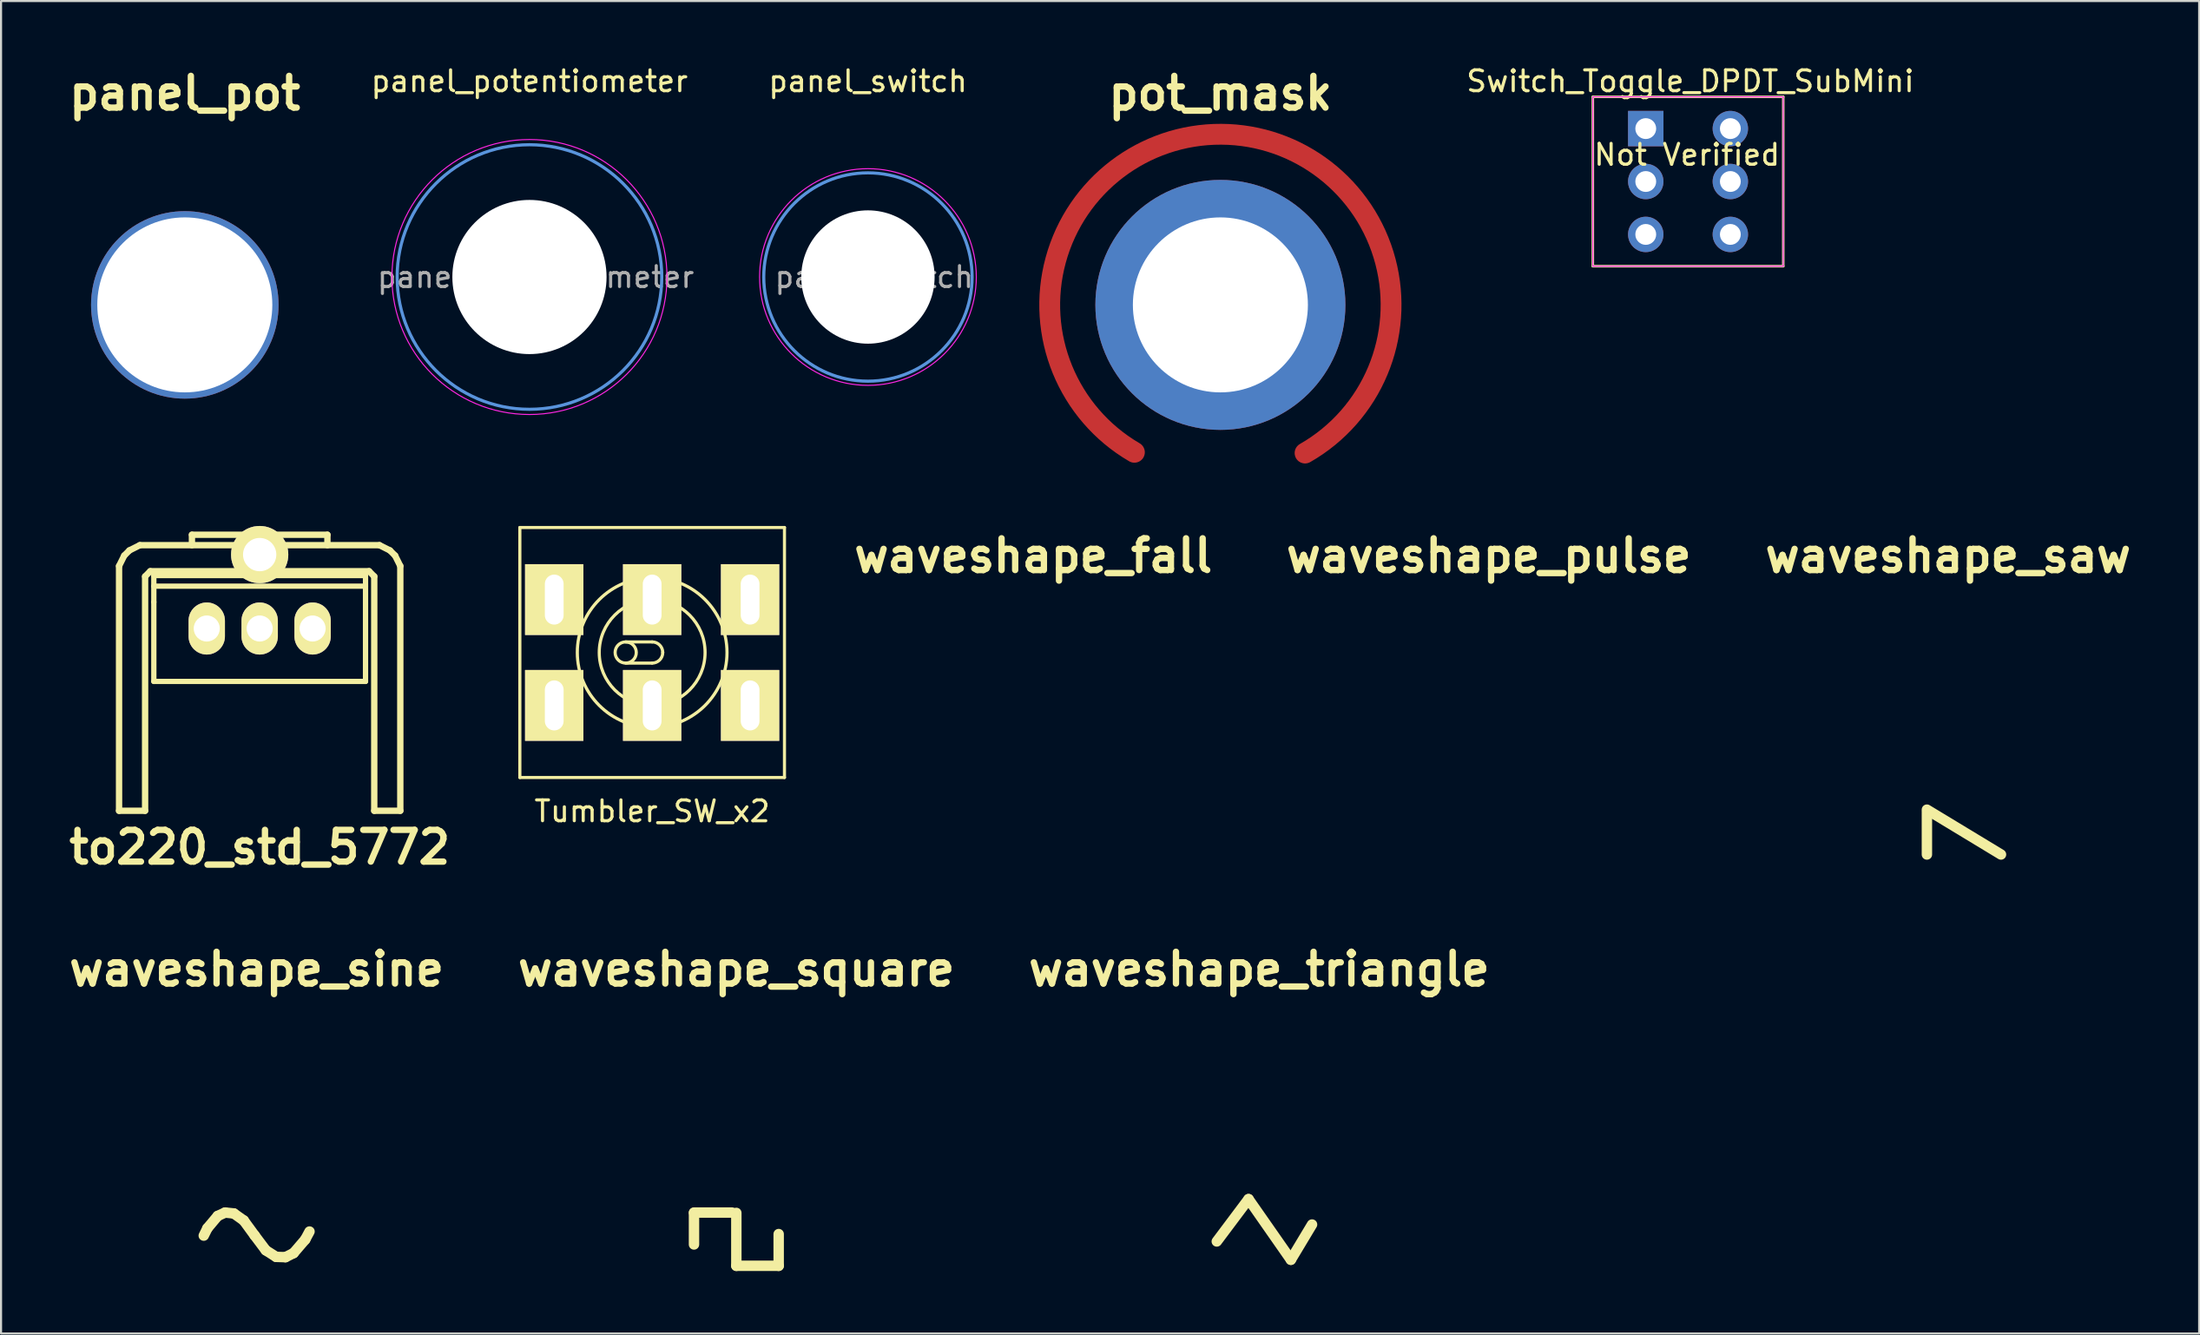
<source format=kicad_pcb>
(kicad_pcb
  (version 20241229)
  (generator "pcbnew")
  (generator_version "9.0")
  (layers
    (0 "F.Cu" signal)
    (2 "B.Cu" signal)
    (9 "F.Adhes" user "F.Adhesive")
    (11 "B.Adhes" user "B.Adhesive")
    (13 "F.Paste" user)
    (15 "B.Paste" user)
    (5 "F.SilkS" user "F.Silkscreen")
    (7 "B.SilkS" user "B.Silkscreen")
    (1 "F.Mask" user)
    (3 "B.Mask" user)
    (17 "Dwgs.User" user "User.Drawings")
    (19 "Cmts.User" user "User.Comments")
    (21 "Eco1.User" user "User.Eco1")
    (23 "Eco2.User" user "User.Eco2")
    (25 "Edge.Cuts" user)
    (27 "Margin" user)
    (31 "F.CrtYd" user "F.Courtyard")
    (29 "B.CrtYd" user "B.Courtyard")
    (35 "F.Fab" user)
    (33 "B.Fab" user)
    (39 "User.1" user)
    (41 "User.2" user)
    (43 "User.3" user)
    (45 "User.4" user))
  (footprint "waveshape_square"
    (layer "F.Cu")
    (at 32.29 48.063)
    (property "Reference" "waveshape_square" (at 0 -4.588 0) (layer "F.SilkS") (effects (font (size 1.524 1.524) (thickness 0.305))))
    (attr smd)
    (fp_line (start -2.032 7.096) (end -0.207 7.096) (stroke (width 0.5) (type solid)) (layer "F.SilkS"))
    (fp_line (start -2.032 8.627) (end -2.032 7.112) (stroke (width 0.5) (type solid)) (layer "F.SilkS"))
    (fp_line (start 0 7.112) (end 0 9.652) (stroke (width 0.5) (type solid)) (layer "F.SilkS"))
    (fp_line (start 0 9.652) (end 2.032 9.652) (stroke (width 0.5) (type solid)) (layer "F.SilkS"))
    (fp_line (start 2.032 9.652) (end 2.032 8.128) (stroke (width 0.5) (type solid)) (layer "F.SilkS")))
  (footprint "Tumbler_SW_x2"
    (layer "F.Cu")
    (at 28.25 28.273)
    (property "Reference" "Tumbler_SW_x2" (at 0 7.62 0) (layer "F.SilkS") (effects (font (size 1 1) (thickness 0.15))))
    (attr through_hole)
    (fp_line (start -6.35 -6) (end 6.35 -6) (stroke (width 0.15) (type solid)) (layer "F.SilkS"))
    (fp_line (start -6.35 6) (end -6.35 -6) (stroke (width 0.15) (type solid)) (layer "F.SilkS"))
    (fp_line (start -1.27 -0.508) (end 0 -0.508) (stroke (width 0.15) (type solid)) (layer "F.SilkS"))
    (fp_line (start 0 0.508) (end -1.27 0.508) (stroke (width 0.15) (type solid)) (layer "F.SilkS"))
    (fp_line (start 6.35 -6) (end 6.35 6) (stroke (width 0.15) (type solid)) (layer "F.SilkS"))
    (fp_line (start 6.35 6) (end -6.35 6) (stroke (width 0.15) (type solid)) (layer "F.SilkS"))
    (fp_arc (start 0 -0.508) (mid 0.35921 -0.35921) (end 0.508 0) (stroke (width 0.15) (type solid)) (layer "F.SilkS"))
    (fp_arc (start 0.508 0) (mid 0.35921 0.35921) (end 0 0.508) (stroke (width 0.15) (type solid)) (layer "F.SilkS"))
    (fp_circle (center -1.27 0) (end -1.778 0) (stroke (width 0.15) (type solid)) (fill no) (layer "F.SilkS"))
    (fp_circle (center 0 0) (end 2.54 -2.54) (stroke (width 0.15) (type solid)) (fill no) (layer "F.SilkS"))
    (fp_circle (center 0 0) (end 2.54 0) (stroke (width 0.15) (type solid)) (fill no) (layer "F.SilkS"))
    (pad "1" thru_hole rect (at -4.7 2.54) (size 2.8 3.4) (drill oval 0.9 2.4) (layers "*.Cu" "*.Mask" "F.SilkS"))
    (pad "2" thru_hole rect (at 0 2.54) (size 2.8 3.4) (drill oval 0.9 2.4) (layers "*.Cu" "*.Mask" "F.SilkS"))
    (pad "3" thru_hole rect (at 4.7 2.54) (size 2.8 3.4) (drill oval 0.9 2.4) (layers "*.Cu" "*.Mask" "F.SilkS"))
    (pad "4" thru_hole rect (at -4.7 -2.54) (size 2.8 3.4) (drill oval 0.9 2.4) (layers "*.Cu" "*.Mask" "F.SilkS"))
    (pad "5" thru_hole rect (at 0 -2.54) (size 2.8 3.4) (drill oval 0.9 2.4) (layers "*.Cu" "*.Mask" "F.SilkS"))
    (pad "6" thru_hole rect (at 4.7 -2.54) (size 2.8 3.4) (drill oval 0.9 2.4) (layers "*.Cu" "*.Mask" "F.SilkS")))
  (footprint "panel_switch"
    (layer "F.Cu")
    (at 38.606 10.248)
    (property "Reference" "panel_switch" (at 0 -9.4 0) (layer "F.SilkS") (effects (font (size 1 1) (thickness 0.15))))
    (attr exclude_from_pos_files exclude_from_bom)
    (fp_circle (center 0 0) (end 5 0) (stroke (width 0.15) (type solid)) (fill no) (layer "Cmts.User"))
    (fp_circle (center 0 0) (end 5.2 0) (stroke (width 0.05) (type solid)) (fill no) (layer "F.CrtYd"))
    (fp_text user "${REFERENCE}" (at 0.3 0 0) (layer "F.Fab") (effects (font (size 1 1) (thickness 0.15))))
    (pad "" np_thru_hole circle (at 0 0) (size 6.4 6.4) (drill 6.4) (layers "*.Cu" "*.Mask")))
  (footprint "Switch_Toggle_DPDT_SubMini"
    (layer "F.Cu")
    (at 77.947 5.648)
    (property "Reference" "Switch_Toggle_DPDT_SubMini" (at 0.13 -4.8 180) (layer "F.SilkS") (effects (font (size 1 1) (thickness 0.15))))
    (attr through_hole)
    (fp_line (start -4.55 -4.05) (end -4.55 4.08) (stroke (width 0.12) (type solid)) (layer "F.SilkS"))
    (fp_line (start -4.55 4.08) (end 4.59 4.08) (stroke (width 0.12) (type solid)) (layer "F.SilkS"))
    (fp_line (start 4.59 -4.05) (end -4.55 -4.05) (stroke (width 0.12) (type solid)) (layer "F.SilkS"))
    (fp_line (start 4.59 4.08) (end 4.59 -4.05) (stroke (width 0.12) (type solid)) (layer "F.SilkS"))
    (fp_line (start -4.55 -4.05) (end -4.55 4.08) (stroke (width 0.05) (type solid)) (layer "F.CrtYd"))
    (fp_line (start -4.55 4.08) (end 4.59 4.08) (stroke (width 0.05) (type solid)) (layer "F.CrtYd"))
    (fp_line (start 4.59 -4.05) (end -4.55 -4.05) (stroke (width 0.05) (type solid)) (layer "F.CrtYd"))
    (fp_line (start 4.59 4.08) (end 4.59 -4.05) (stroke (width 0.05) (type solid)) (layer "F.CrtYd"))
    (fp_text user "" (at 0.05 -4.8 0) (layer "F.SilkS") (effects (font (size 1 1) (thickness 0.15))))
    (fp_text user "Not Verified" (at -0.03 -1.27 0) (layer "F.SilkS") (effects (font (size 1 1) (thickness 0.15))))
    (pad "1" thru_hole rect (at -2.01 -2.525) (size 1.7 1.7) (drill 1) (layers "*.Cu" "*.Mask"))
    (pad "2" thru_hole oval (at -2.01 0.015) (size 1.7 1.7) (drill 1) (layers "*.Cu" "*.Mask"))
    (pad "3" thru_hole oval (at -2.01 2.555) (size 1.7 1.7) (drill 1) (layers "*.Cu" "*.Mask"))
    (pad "4" thru_hole oval (at 2.05 -2.525) (size 1.7 1.7) (drill 1) (layers "*.Cu" "*.Mask"))
    (pad "5" thru_hole oval (at 2.05 0.015) (size 1.7 1.7) (drill 1) (layers "*.Cu" "*.Mask"))
    (pad "6" thru_hole oval (at 2.05 2.555) (size 1.7 1.7) (drill 1) (layers "*.Cu" "*.Mask")))
  (footprint "waveshape_saw"
    (layer "F.Cu")
    (at 90.447 28.318)
    (property "Reference" "waveshape_saw" (at 0 -4.693 0) (layer "F.SilkS") (effects (font (size 1.524 1.524) (thickness 0.305))))
    (attr smd)
    (fp_line (start -1.016 7.499) (end 2.54 9.652) (stroke (width 0.5) (type solid)) (layer "F.SilkS"))
    (fp_line (start -1.016 9.652) (end -1.016 7.62) (stroke (width 0.5) (type solid)) (layer "F.SilkS")))
  (footprint "waveshape_fall"
    (layer "F.Cu")
    (at 46.543 28.318)
    (property "Reference" "waveshape_fall" (at 0 -4.693 0) (layer "F.SilkS") (effects (font (size 1.524 1.524) (thickness 0.305))))
    (attr smd)
    (fp_line (start -1.524 9.652) (end -0.508 7.499) (stroke (width 0.5) (type solid)) (layer "F.Mask"))
    (fp_line (start -0.508 7.499) (end 2.032 9.652) (stroke (width 0.5) (type solid)) (layer "F.Mask")))
  (footprint "panel_pot"
    (layer "F.Cu")
    (at 5.82 11.586)
    (property "Reference" "panel_pot" (at 0 -10.16 0) (layer "F.SilkS") (effects (font (size 1.524 1.524) (thickness 0.305))))
    (attr smd)
    (pad "" thru_hole circle (at 0 0) (size 9 9) (drill 8.4) (layers "*.Cu" "*.Mask")))
  (footprint "waveshape_triangle"
    (layer "F.Cu")
    (at 57.381 47.909)
    (property "Reference" "waveshape_triangle" (at 0 -4.435 0) (layer "F.SilkS") (effects (font (size 1.524 1.524) (thickness 0.305))))
    (attr smd)
    (fp_line (start -2.032 8.636) (end -0.508 6.604) (stroke (width 0.5) (type solid)) (layer "F.SilkS"))
    (fp_line (start -0.508 6.604) (end 1.524 9.515) (stroke (width 0.5) (type solid)) (layer "F.SilkS"))
    (fp_line (start 1.524 9.515) (end 2.54 7.824) (stroke (width 0.5) (type solid)) (layer "F.SilkS")))
  (footprint "waveshape_sine"
    (layer "F.Cu")
    (at 9.267 47.593)
    (property "Reference" "waveshape_sine" (at 0 -4.119 0) (layer "F.SilkS") (effects (font (size 1.524 1.524) (thickness 0.305))))
    (attr smd)
    (fp_line (start -2.538 8.672) (end -2.363 8.318) (stroke (width 0.5) (type solid)) (layer "F.SilkS"))
    (fp_line (start -2.363 8.318) (end -1.867 7.728) (stroke (width 0.5) (type solid)) (layer "F.SilkS"))
    (fp_line (start -1.867 7.728) (end -1.512 7.565) (stroke (width 0.5) (type solid)) (layer "F.SilkS"))
    (fp_line (start -1.512 7.565) (end -1.095 7.608) (stroke (width 0.5) (type solid)) (layer "F.SilkS"))
    (fp_line (start -1.095 7.608) (end -0.62 7.945) (stroke (width 0.5) (type solid)) (layer "F.SilkS"))
    (fp_line (start -0.62 7.945) (end -0.094 8.665) (stroke (width 0.5) (type solid)) (layer "F.SilkS"))
    (fp_line (start -0.094 8.665) (end 0.441 9.377) (stroke (width 0.5) (type solid)) (layer "F.SilkS"))
    (fp_line (start 0.441 9.377) (end 0.937 9.693) (stroke (width 0.5) (type solid)) (layer "F.SilkS"))
    (fp_line (start 0.937 9.693) (end 1.384 9.707) (stroke (width 0.5) (type solid)) (layer "F.SilkS"))
    (fp_line (start 1.384 9.707) (end 1.773 9.511) (stroke (width 0.5) (type solid)) (layer "F.SilkS"))
    (fp_line (start 1.773 9.511) (end 2.333 8.858) (stroke (width 0.5) (type solid)) (layer "F.SilkS"))
    (fp_line (start 2.333 8.858) (end 2.538 8.476) (stroke (width 0.5) (type solid)) (layer "F.SilkS")))
  (footprint "pot_mask"
    (layer "F.Cu")
    (at 55.522 11.586)
    (property "Reference" "pot_mask" (at 0 -10.16 0) (layer "F.SilkS") (effects (font (size 1.524 1.524) (thickness 0.305))))
    (attr smd)
    (fp_arc (start -4.127173 7.075527) (mid 0.036473 -8.191173) (end 4.064 7.112) (stroke (width 1) (type solid)) (layer "F.Cu"))
    (pad "" np_thru_hole circle (at 0 0) (size 12 12) (drill 8.4) (layers "*.Cu" "*.Mask")))
  (footprint "panel_potentiometer"
    (layer "F.Cu")
    (at 22.361 10.248)
    (property "Reference" "panel_potentiometer" (at 0 -9.4 0) (layer "F.SilkS") (effects (font (size 1 1) (thickness 0.15))))
    (attr exclude_from_pos_files exclude_from_bom)
    (fp_circle (center 0 0) (end 6.35 0) (stroke (width 0.15) (type solid)) (fill no) (layer "Cmts.User"))
    (fp_circle (center 0 0) (end 6.6 0) (stroke (width 0.05) (type solid)) (fill no) (layer "F.CrtYd"))
    (fp_text user "${REFERENCE}" (at 0.3 0 0) (layer "F.Fab") (effects (font (size 1 1) (thickness 0.15))))
    (pad "" np_thru_hole circle (at 0 0) (size 7.4 7.4) (drill 7.4) (layers "*.Cu" "*.Mask")))
  (footprint "waveshape_pulse"
    (layer "F.Cu")
    (at 68.405 27.897)
    (property "Reference" "waveshape_pulse" (at 0 -4.272 0) (layer "F.SilkS") (effects (font (size 1.524 1.524) (thickness 0.305))))
    (attr smd)
    (fp_line (start -2.338 7.25) (end -1.25 7.25) (stroke (width 0.5) (type solid)) (layer "F.Mask"))
    (fp_line (start -2.338 9.75) (end -2.338 7.25) (stroke (width 0.5) (type solid)) (layer "F.Mask"))
    (fp_line (start -1.25 7.285) (end -1.25 9.75) (stroke (width 0.5) (type solid)) (layer "F.Mask"))
    (fp_line (start -1.25 9.75) (end 2.75 9.75) (stroke (width 0.5) (type solid)) (layer "F.Mask")))
  (footprint "to220_std_5772"
    (layer "F.Cu")
    (at 9.413 27.121)
    (property "Reference" "to220_std_5772" (at 0 10.5 0) (layer "F.SilkS") (effects (font (size 1.524 1.524) (thickness 0.305))))
    (attr through_hole)
    (fp_line (start -6.749 -3) (end -6.749 8.75) (stroke (width 0.305) (type solid)) (layer "F.SilkS"))
    (fp_line (start -6.749 -3) (end -6.5 -3.5) (stroke (width 0.305) (type solid)) (layer "F.SilkS"))
    (fp_line (start -6.5 -3.5) (end -6.251 -3.749) (stroke (width 0.305) (type solid)) (layer "F.SilkS"))
    (fp_line (start -6.251 -3.749) (end -5.751 -4) (stroke (width 0.305) (type solid)) (layer "F.SilkS"))
    (fp_line (start -5.499 -2.499) (end -5.25 -2.751) (stroke (width 0.305) (type solid)) (layer "F.SilkS"))
    (fp_line (start -5.499 8.75) (end -6.749 8.75) (stroke (width 0.305) (type solid)) (layer "F.SilkS"))
    (fp_line (start -5.499 8.75) (end -5.499 -2.499) (stroke (width 0.305) (type solid)) (layer "F.SilkS"))
    (fp_line (start -5.25 -2.751) (end 5.25 -2.751) (stroke (width 0.305) (type solid)) (layer "F.SilkS"))
    (fp_line (start -5.08 -2.54) (end -5.08 -1.27) (stroke (width 0.254) (type solid)) (layer "F.SilkS"))
    (fp_line (start -5.08 -2.032) (end 5.08 -2.032) (stroke (width 0.254) (type solid)) (layer "F.SilkS"))
    (fp_line (start -5.08 -1.27) (end -5.08 2.54) (stroke (width 0.254) (type solid)) (layer "F.SilkS"))
    (fp_line (start -5.08 2.54) (end 5.08 2.54) (stroke (width 0.254) (type solid)) (layer "F.SilkS"))
    (fp_line (start -3.251 -4.501) (end 3.251 -4.501) (stroke (width 0.305) (type solid)) (layer "F.SilkS"))
    (fp_line (start -3.251 -4) (end -3.251 -4.501) (stroke (width 0.305) (type solid)) (layer "F.SilkS"))
    (fp_line (start 3.251 -4.501) (end 3.251 -4) (stroke (width 0.305) (type solid)) (layer "F.SilkS"))
    (fp_line (start 5.08 -2.54) (end -5.08 -2.54) (stroke (width 0.254) (type solid)) (layer "F.SilkS"))
    (fp_line (start 5.08 2.54) (end 5.08 -2.54) (stroke (width 0.254) (type solid)) (layer "F.SilkS"))
    (fp_line (start 5.25 -2.751) (end 5.499 -2.499) (stroke (width 0.305) (type solid)) (layer "F.SilkS"))
    (fp_line (start 5.499 -2.499) (end 5.499 8.75) (stroke (width 0.305) (type solid)) (layer "F.SilkS"))
    (fp_line (start 5.751 -4) (end -5.751 -4) (stroke (width 0.305) (type solid)) (layer "F.SilkS"))
    (fp_line (start 5.751 -4) (end 6.251 -3.749) (stroke (width 0.305) (type solid)) (layer "F.SilkS"))
    (fp_line (start 6.251 -3.749) (end 6.5 -3.5) (stroke (width 0.305) (type solid)) (layer "F.SilkS"))
    (fp_line (start 6.5 -3.5) (end 6.749 -3) (stroke (width 0.305) (type solid)) (layer "F.SilkS"))
    (fp_line (start 6.749 -3) (end 6.749 8.75) (stroke (width 0.305) (type solid)) (layer "F.SilkS"))
    (fp_line (start 6.749 8.75) (end 5.499 8.75) (stroke (width 0.305) (type solid)) (layer "F.SilkS"))
    (pad "" thru_hole circle (at 0 -3.548) (size 2.748 2.748) (drill 1.598) (layers "*.Cu" "*.Mask" "F.SilkS"))
    (pad "1" thru_hole oval (at -2.54 0) (size 1.745 2.499) (drill 1.25) (layers "*.Cu" "*.Mask" "F.SilkS"))
    (pad "2" thru_hole oval (at 0 0) (size 1.745 2.499) (drill 1.25) (layers "*.Cu" "*.Mask" "F.SilkS"))
    (pad "3" thru_hole oval (at 2.54 0) (size 1.745 2.499) (drill 1.25) (layers "*.Cu" "*.Mask" "F.SilkS")))
  (gr_rect
    (start -3 -3)
    (end 102.497 60.965)
    (stroke (width 0.1) (type default))
    (fill no)
    (layer "Edge.Cuts")))
</source>
